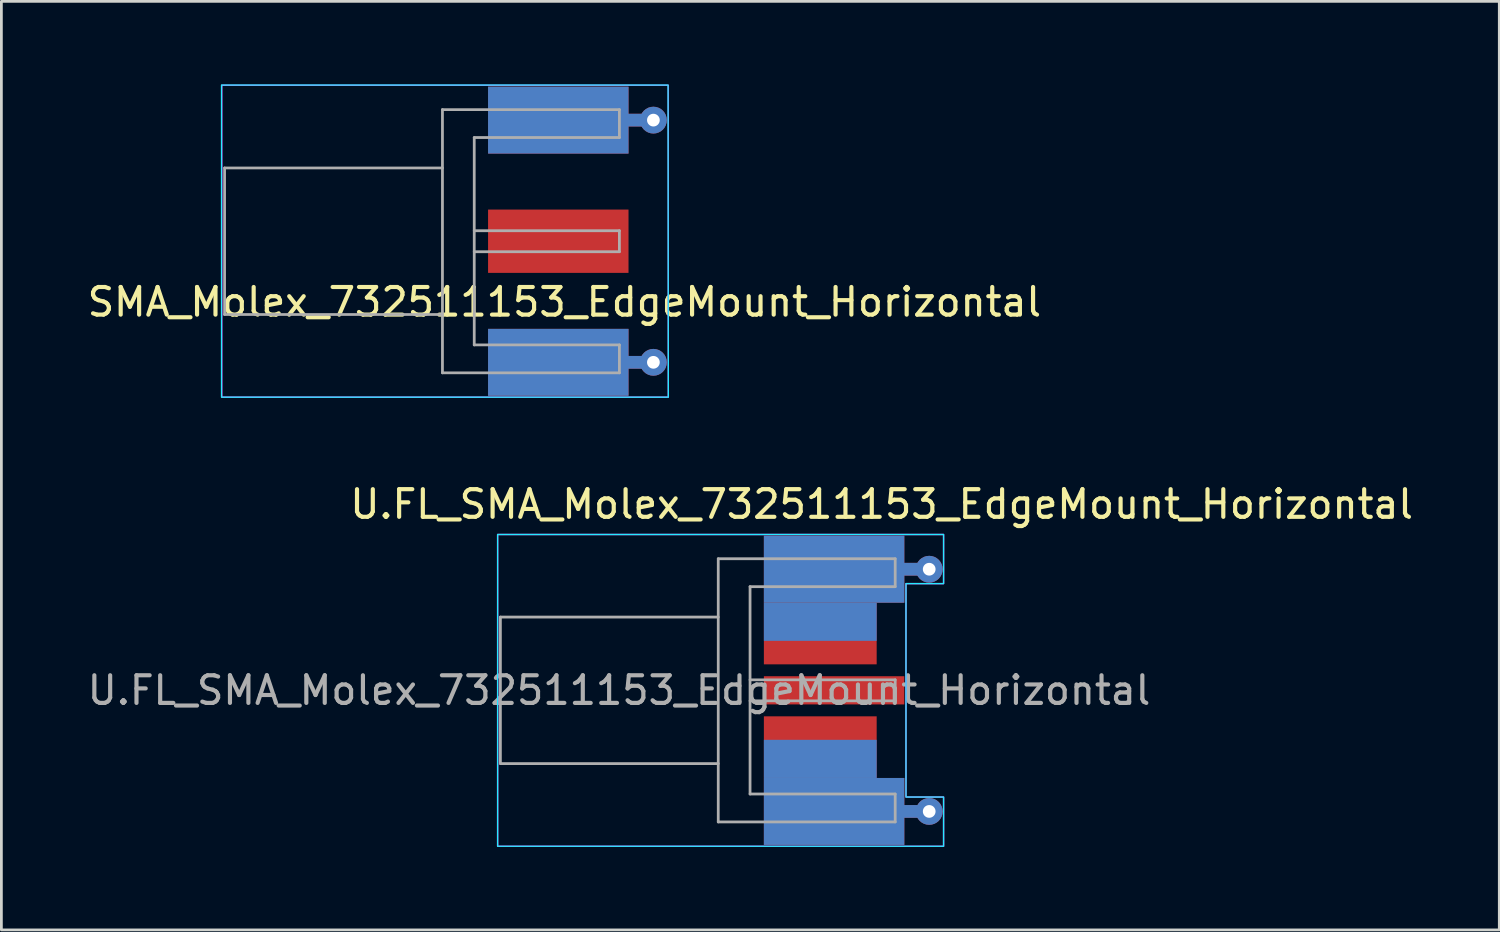
<source format=kicad_pcb>
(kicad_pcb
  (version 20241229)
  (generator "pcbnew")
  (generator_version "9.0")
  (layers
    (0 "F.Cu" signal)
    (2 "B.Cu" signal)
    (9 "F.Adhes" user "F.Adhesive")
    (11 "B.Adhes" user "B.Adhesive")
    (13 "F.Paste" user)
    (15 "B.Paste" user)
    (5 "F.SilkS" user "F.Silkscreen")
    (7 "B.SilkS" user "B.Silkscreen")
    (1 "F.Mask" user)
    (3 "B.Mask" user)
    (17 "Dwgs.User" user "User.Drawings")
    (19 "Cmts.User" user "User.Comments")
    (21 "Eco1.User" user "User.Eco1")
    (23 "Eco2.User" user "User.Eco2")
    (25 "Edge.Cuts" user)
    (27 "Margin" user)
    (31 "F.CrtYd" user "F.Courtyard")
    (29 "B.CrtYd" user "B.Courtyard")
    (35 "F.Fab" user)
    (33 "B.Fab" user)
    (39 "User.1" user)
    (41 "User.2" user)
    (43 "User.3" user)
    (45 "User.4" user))
  (footprint "SMA_Molex_732511153_EdgeMount_Horizontal"
    (layer "F.Cu")
    (at 18.863 5.675)
    (property "Reference" "SMA_Molex_732511153_EdgeMount_Horizontal" (at -1.5 2.2 180) (layer "F.SilkS") (effects (font (size 1 1) (thickness 0.15))))
    (attr smd)
    (fp_poly (pts (xy 2.25 -5.65) (xy -13.9 -5.65) (xy -13.9 5.64) (xy 2.26 5.64)) (stroke (width 0.05) (type solid)) (fill no) (layer "B.CrtYd"))
    (fp_poly (pts (xy -13.89 -5.64) (xy 2.26 -5.64) (xy 2.26 5.64) (xy -13.89 5.64)) (stroke (width 0.05) (type solid)) (fill no) (layer "F.CrtYd"))
    (fp_line (start -13.79 -2.65) (end -13.79 2.65) (stroke (width 0.1) (type solid)) (layer "F.Fab"))
    (fp_line (start -13.79 -2.65) (end -5.91 -2.65) (stroke (width 0.1) (type solid)) (layer "F.Fab"))
    (fp_line (start -13.79 2.65) (end -5.91 2.65) (stroke (width 0.1) (type solid)) (layer "F.Fab"))
    (fp_line (start -5.91 -4.76) (end -5.91 4.76) (stroke (width 0.1) (type solid)) (layer "F.Fab"))
    (fp_line (start -5.91 4.76) (end 0.49 4.76) (stroke (width 0.1) (type solid)) (layer "F.Fab"))
    (fp_line (start -4.76 -3.75) (end -4.76 3.75) (stroke (width 0.1) (type solid)) (layer "F.Fab"))
    (fp_line (start -4.76 -3.75) (end 0.49 -3.75) (stroke (width 0.1) (type solid)) (layer "F.Fab"))
    (fp_line (start -4.76 -0.38) (end 0.49 -0.38) (stroke (width 0.1) (type solid)) (layer "F.Fab"))
    (fp_line (start -4.76 0.38) (end 0.49 0.38) (stroke (width 0.1) (type solid)) (layer "F.Fab"))
    (fp_line (start -4.76 3.75) (end 0.49 3.75) (stroke (width 0.1) (type solid)) (layer "F.Fab"))
    (fp_line (start 0.49 -4.76) (end -5.91 -4.76) (stroke (width 0.1) (type solid)) (layer "F.Fab"))
    (fp_line (start 0.49 -4.76) (end 0.49 -3.75) (stroke (width 0.1) (type solid)) (layer "F.Fab"))
    (fp_line (start 0.49 -0.38) (end 0.49 0.38) (stroke (width 0.1) (type solid)) (layer "F.Fab"))
    (fp_line (start 0.49 3.75) (end 0.49 4.76) (stroke (width 0.1) (type solid)) (layer "F.Fab"))
    (pad "1" smd rect (at -1.72 0) (size 5.08 2.29) (layers "F.Cu" "F.Mask" "F.Paste"))
    (pad "2" smd rect (at -1.72 -4.38) (size 5.08 2.42) (layers "F.Cu" "F.Mask" "F.Paste"))
    (pad "2" smd rect (at -1.72 -4.38) (size 5.08 2.42) (layers "B.Cu" "B.Mask" "B.Paste"))
    (pad "2" smd rect (at -1.72 4.38) (size 5.08 2.42) (layers "F.Cu" "F.Mask" "F.Paste"))
    (pad "2" smd rect (at -1.72 4.38) (size 5.08 2.42) (layers "B.Cu" "B.Mask" "B.Paste"))
    (pad "2" smd rect (at 1.27 -4.38) (size 0.95 0.46) (layers "F.Cu"))
    (pad "2" smd rect (at 1.27 -4.38) (size 0.95 0.46) (layers "B.Cu"))
    (pad "2" smd rect (at 1.27 4.38) (size 0.95 0.46) (layers "F.Cu"))
    (pad "2" smd rect (at 1.27 4.38) (size 0.95 0.46) (layers "B.Cu"))
    (pad "2" thru_hole circle (at 1.72 -4.38) (size 0.97 0.97) (drill 0.46) (layers "*.Cu"))
    (pad "2" thru_hole circle (at 1.72 4.38) (size 0.97 0.97) (drill 0.46) (layers "*.Cu")))
  (footprint "U.FL_SMA_Molex_732511153_EdgeMount_Horizontal"
    (layer "F.Cu")
    (at 28.839 21.919)
    (property "Reference" "U.FL_SMA_Molex_732511153_EdgeMount_Horizontal" (at 0 -6.731 180) (layer "F.SilkS") (effects (font (size 1 1) (thickness 0.15))))
    (attr smd)
    (fp_poly (pts (xy -13.89 -5.637) (xy 2.24 -5.637) (xy 2.24 -3.86) (xy 0.88 -3.86) (xy 0.88 3.86) (xy 2.24 3.86) (xy 2.24 5.64) (xy -13.89 5.64)) (stroke (width 0.05) (type solid)) (fill no) (layer "B.CrtYd"))
    (fp_poly (pts (xy -13.89 -5.637) (xy 2.24 -5.637) (xy 2.24 -3.86) (xy 0.88 -3.86) (xy 0.88 3.86) (xy 2.24 3.86) (xy 2.24 5.64) (xy -13.89 5.64)) (stroke (width 0.05) (type solid)) (fill no) (layer "F.CrtYd"))
    (fp_line (start -13.79 -2.65) (end -13.79 2.65) (stroke (width 0.1) (type solid)) (layer "F.Fab"))
    (fp_line (start -13.79 -2.65) (end -5.91 -2.65) (stroke (width 0.1) (type solid)) (layer "F.Fab"))
    (fp_line (start -13.79 2.65) (end -5.91 2.65) (stroke (width 0.1) (type solid)) (layer "F.Fab"))
    (fp_line (start -5.91 -4.76) (end -5.91 4.76) (stroke (width 0.1) (type solid)) (layer "F.Fab"))
    (fp_line (start -5.91 4.76) (end 0.49 4.76) (stroke (width 0.1) (type solid)) (layer "F.Fab"))
    (fp_line (start -4.76 -3.75) (end -4.76 3.75) (stroke (width 0.1) (type solid)) (layer "F.Fab"))
    (fp_line (start -4.76 -3.75) (end 0.49 -3.75) (stroke (width 0.1) (type solid)) (layer "F.Fab"))
    (fp_line (start -4.76 -0.38) (end 0.49 -0.38) (stroke (width 0.1) (type solid)) (layer "F.Fab"))
    (fp_line (start -4.76 0.38) (end 0.49 0.38) (stroke (width 0.1) (type solid)) (layer "F.Fab"))
    (fp_line (start -4.76 3.75) (end 0.49 3.75) (stroke (width 0.1) (type solid)) (layer "F.Fab"))
    (fp_line (start 0.49 -4.76) (end -5.91 -4.76) (stroke (width 0.1) (type solid)) (layer "F.Fab"))
    (fp_line (start 0.49 -4.76) (end 0.49 -3.75) (stroke (width 0.1) (type solid)) (layer "F.Fab"))
    (fp_line (start 0.49 -0.38) (end 0.49 0.38) (stroke (width 0.1) (type solid)) (layer "F.Fab"))
    (fp_line (start 0.49 3.75) (end 0.49 4.76) (stroke (width 0.1) (type solid)) (layer "F.Fab"))
    (fp_text user "${REFERENCE}" (at -9.5 0 0) (unlocked yes) (layer "F.Fab") (effects (font (size 1 1) (thickness 0.15))))
    (pad "1" smd rect (at -1.72 0) (size 5.08 1.02) (layers "F.Cu" "F.Mask" "F.Paste"))
    (pad "2" smd rect (at -2.22 -2.48) (size 4.08 1.38) (layers "B.Cu" "B.Mask" "B.Paste"))
    (pad "2" smd rect (at -2.22 -2.055) (size 4.08 2.23) (layers "F.Cu" "F.Mask" "F.Paste"))
    (pad "2" smd rect (at -2.22 2.055) (size 4.08 2.23) (layers "F.Cu" "F.Mask" "F.Paste"))
    (pad "2" smd rect (at -2.22 2.48) (size 4.08 1.38) (layers "B.Cu" "B.Mask" "B.Paste"))
    (pad "2" smd rect (at -1.72 -4.38) (size 5.08 2.42) (layers "F.Cu" "F.Mask" "F.Paste"))
    (pad "2" smd rect (at -1.72 -4.38) (size 5.08 2.42) (layers "B.Cu" "B.Mask" "B.Paste"))
    (pad "2" smd rect (at -1.72 4.38) (size 5.08 2.42) (layers "F.Cu" "F.Mask" "F.Paste"))
    (pad "2" smd rect (at -1.72 4.38) (size 5.08 2.42) (layers "B.Cu" "B.Mask" "B.Paste"))
    (pad "2" smd rect (at 1.27 -4.38) (size 0.95 0.46) (layers "F.Cu"))
    (pad "2" smd rect (at 1.27 -4.38) (size 0.95 0.46) (layers "B.Cu"))
    (pad "2" smd rect (at 1.27 4.38) (size 0.95 0.46) (layers "F.Cu"))
    (pad "2" smd rect (at 1.27 4.38) (size 0.95 0.46) (layers "B.Cu"))
    (pad "2" thru_hole circle (at 1.72 -4.38) (size 0.97 0.97) (drill 0.46) (layers "*.Cu"))
    (pad "2" thru_hole circle (at 1.72 4.38) (size 0.97 0.97) (drill 0.46) (layers "*.Cu")))
  (gr_rect
    (start -3 -3)
    (end 51.179 30.584)
    (stroke (width 0.1) (type default))
    (fill no)
    (layer "Edge.Cuts")))
</source>
